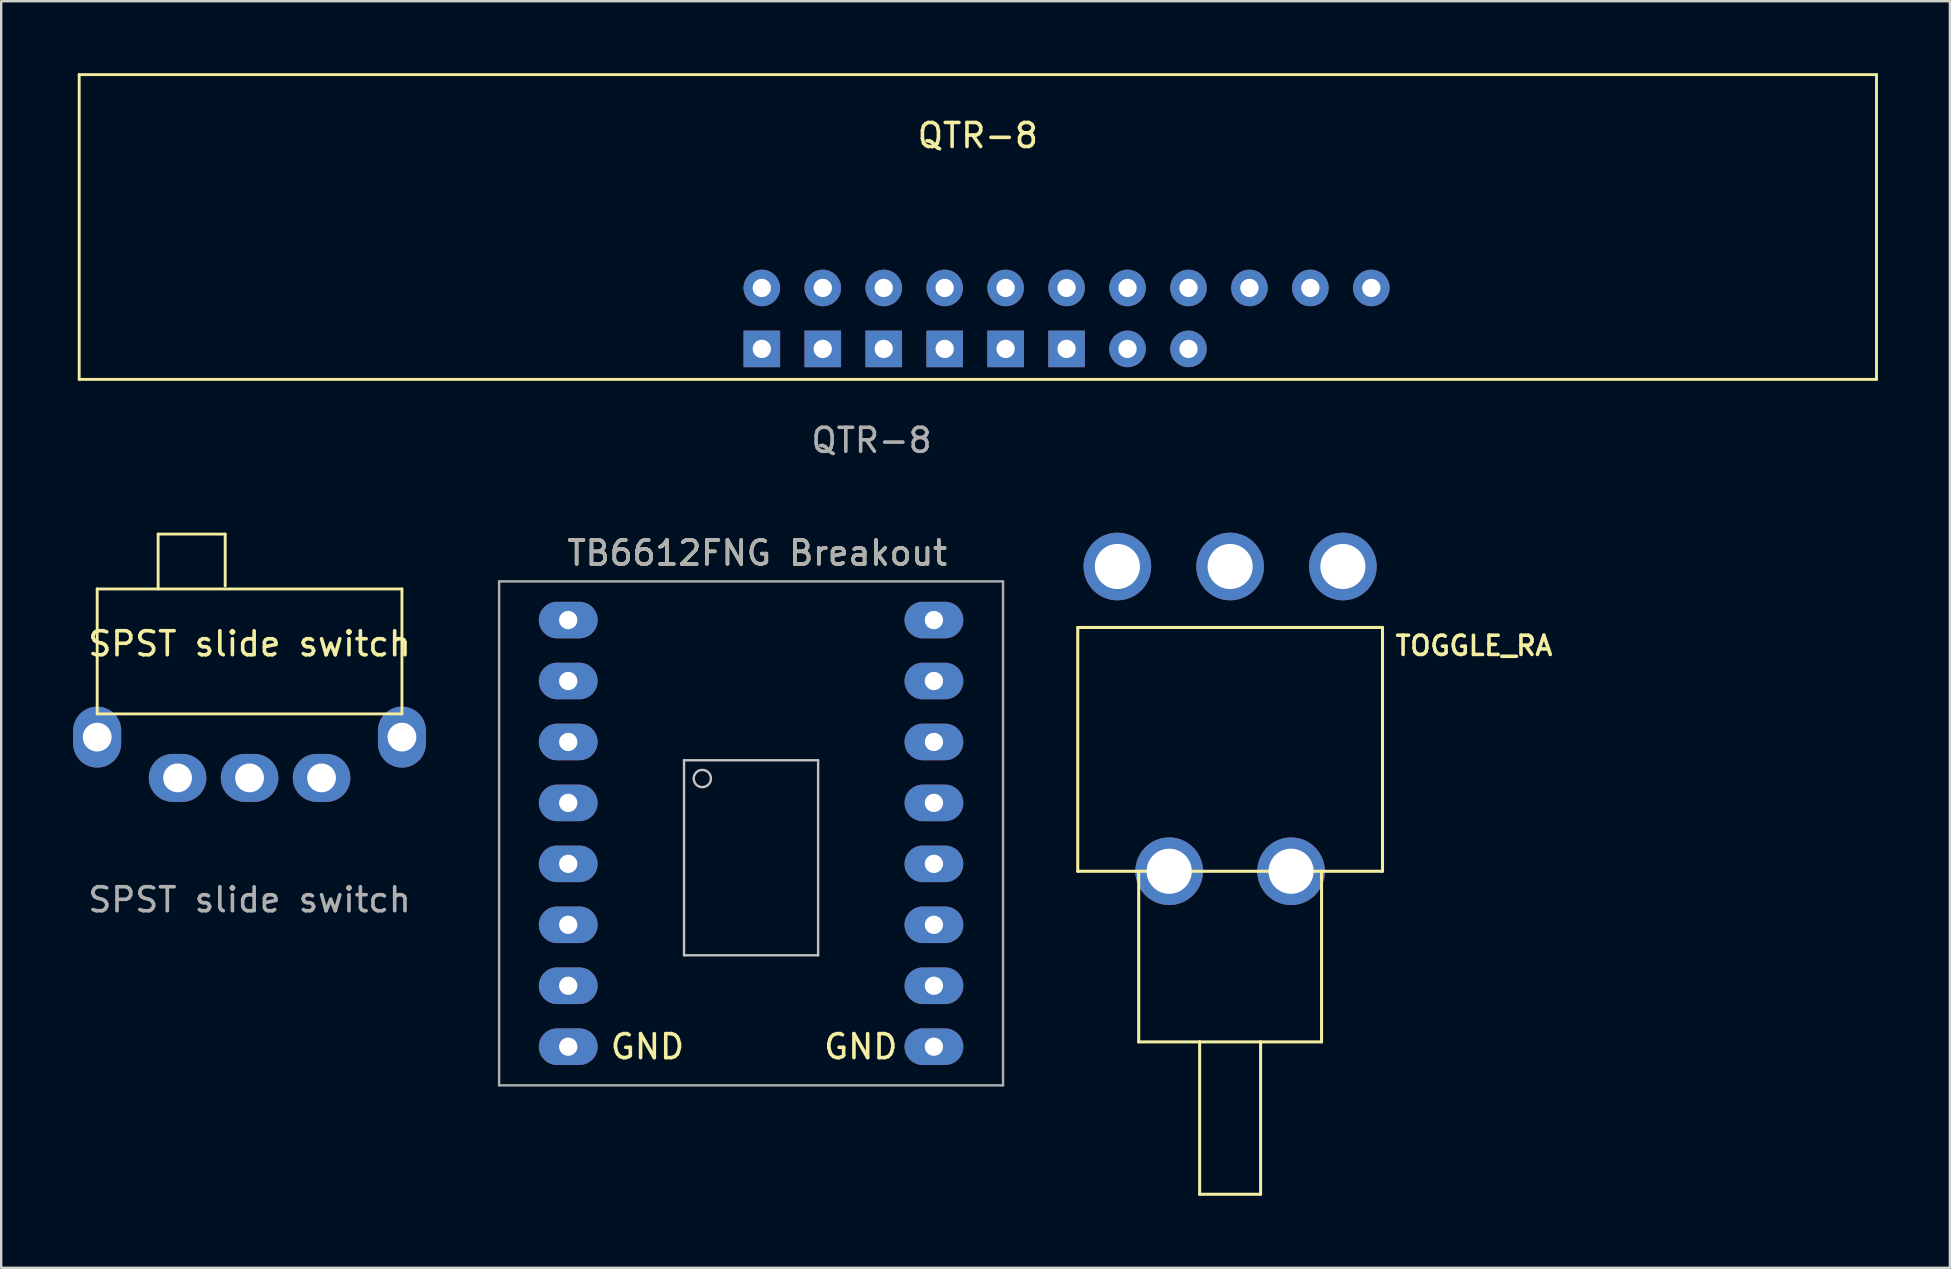
<source format=kicad_pcb>
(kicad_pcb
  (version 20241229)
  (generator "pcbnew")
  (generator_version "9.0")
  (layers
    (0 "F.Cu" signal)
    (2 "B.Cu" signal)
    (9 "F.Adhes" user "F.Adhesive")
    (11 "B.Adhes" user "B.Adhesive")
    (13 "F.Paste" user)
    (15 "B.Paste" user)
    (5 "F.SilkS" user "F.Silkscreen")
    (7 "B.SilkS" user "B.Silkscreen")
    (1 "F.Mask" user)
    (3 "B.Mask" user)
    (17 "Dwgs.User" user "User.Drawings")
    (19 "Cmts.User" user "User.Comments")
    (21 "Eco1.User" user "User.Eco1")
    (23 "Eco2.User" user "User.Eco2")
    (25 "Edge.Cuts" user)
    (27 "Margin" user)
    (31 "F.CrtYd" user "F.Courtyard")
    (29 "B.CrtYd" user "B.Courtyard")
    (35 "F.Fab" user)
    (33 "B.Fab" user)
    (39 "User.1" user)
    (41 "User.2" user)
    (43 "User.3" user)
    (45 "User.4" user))
  (footprint "TB6612FNG Breakout"
    (layer "F.Cu")
    (at 28.25 31.68)
    (property "Reference" "TB6612FNG Breakout" (at 0.254 -11.684 0) (unlocked yes) (layer "F.SilkS") (effects (font (size 1 1) (thickness 0.15))))
    (attr through_hole)
    (fp_line (start -2.794 -3.048) (end -2.794 5.08) (stroke (width 0.1) (type solid)) (layer "Dwgs.User"))
    (fp_line (start -2.794 5.08) (end 2.794 5.08) (stroke (width 0.1) (type solid)) (layer "Dwgs.User"))
    (fp_line (start 2.794 -3.048) (end -2.794 -3.048) (stroke (width 0.1) (type solid)) (layer "Dwgs.User"))
    (fp_line (start 2.794 5.08) (end 2.794 -3.048) (stroke (width 0.1) (type solid)) (layer "Dwgs.User"))
    (fp_circle (center -2.032 -2.286) (end -1.673 -2.286) (stroke (width 0.1) (type solid)) (fill no) (layer "Dwgs.User"))
    (fp_line (start -10.5 -10.5) (end -10.5 10.5) (stroke (width 0.1) (type solid)) (layer "F.Fab"))
    (fp_line (start -10.5 10.5) (end 10.5 10.5) (stroke (width 0.1) (type solid)) (layer "F.Fab"))
    (fp_line (start 10.5 -10.5) (end -10.5 -10.5) (stroke (width 0.1) (type solid)) (layer "F.Fab"))
    (fp_line (start 10.5 -10.5) (end 10.5 10.5) (stroke (width 0.1) (type solid)) (layer "F.Fab"))
    (fp_text user "GND" (at -4.318 8.89 0) (unlocked yes) (layer "F.SilkS") (effects (font (size 1 1) (thickness 0.15))))
    (fp_text user "GND" (at 4.572 8.89 0) (unlocked yes) (layer "F.SilkS") (effects (font (size 1 1) (thickness 0.15))))
    (fp_text user "${REFERENCE}" (at 0.254 -11.684 0) (unlocked yes) (layer "F.Fab") (effects (font (size 1 1) (thickness 0.15))))
    (pad "1" thru_hole oval (at -7.62 -8.89) (size 2.45 1.524) (drill 0.762) (layers "*.Cu" "*.Mask"))
    (pad "2" thru_hole oval (at -7.62 -6.35) (size 2.45 1.524) (drill 0.762) (layers "*.Cu" "*.Mask"))
    (pad "3" thru_hole oval (at -7.62 -3.81) (size 2.45 1.524) (drill 0.762) (layers "*.Cu" "*.Mask"))
    (pad "4" thru_hole oval (at -7.62 -1.27) (size 2.45 1.524) (drill 0.762) (layers "*.Cu" "*.Mask"))
    (pad "5" thru_hole oval (at -7.62 1.27) (size 2.45 1.524) (drill 0.762) (layers "*.Cu" "*.Mask"))
    (pad "6" thru_hole oval (at -7.62 3.81) (size 2.45 1.524) (drill 0.762) (layers "*.Cu" "*.Mask"))
    (pad "7" thru_hole oval (at -7.62 6.35) (size 2.45 1.524) (drill 0.762) (layers "*.Cu" "*.Mask"))
    (pad "8" thru_hole oval (at -7.62 8.89) (size 2.45 1.524) (drill 0.762) (layers "*.Cu" "*.Mask"))
    (pad "9" thru_hole oval (at 7.62 8.89) (size 2.45 1.524) (drill 0.762) (layers "*.Cu" "*.Mask"))
    (pad "10" thru_hole oval (at 7.62 6.35) (size 2.45 1.524) (drill 0.762) (layers "*.Cu" "*.Mask"))
    (pad "11" thru_hole oval (at 7.62 3.81) (size 2.45 1.524) (drill 0.762) (layers "*.Cu" "*.Mask"))
    (pad "12" thru_hole oval (at 7.62 1.27) (size 2.45 1.524) (drill 0.762) (layers "*.Cu" "*.Mask"))
    (pad "13" thru_hole oval (at 7.62 -1.27) (size 2.45 1.524) (drill 0.762) (layers "*.Cu" "*.Mask"))
    (pad "14" thru_hole oval (at 7.62 -3.81) (size 2.45 1.524) (drill 0.762) (layers "*.Cu" "*.Mask"))
    (pad "15" thru_hole oval (at 7.62 -6.35) (size 2.45 1.524) (drill 0.762) (layers "*.Cu" "*.Mask"))
    (pad "16" thru_hole oval (at 7.62 -8.89) (size 2.45 1.524) (drill 0.762) (layers "*.Cu" "*.Mask")))
  (footprint "QTR-8"
    (layer "F.Cu")
    (at 0.25 12.76)
    (property "Reference" "QTR-8" (at 37.45 -10.16 0) (unlocked yes) (layer "F.SilkS") (effects (font (size 1 1) (thickness 0.15))))
    (attr through_hole)
    (fp_line (start 0 -12.7) (end 0 0) (stroke (width 0.12) (type solid)) (layer "F.SilkS"))
    (fp_line (start 0 0) (end 74.9 0) (stroke (width 0.12) (type solid)) (layer "F.SilkS"))
    (fp_line (start 74.9 -12.7) (end 0 -12.7) (stroke (width 0.12) (type solid)) (layer "F.SilkS"))
    (fp_line (start 74.9 0) (end 74.9 -12.7) (stroke (width 0.12) (type solid)) (layer "F.SilkS"))
    (fp_text user "${REFERENCE}" (at 33.02 2.54 0) (unlocked yes) (layer "F.Fab") (effects (font (size 1 1) (thickness 0.15))))
    (pad "1" thru_hole circle (at 46.228 -3.81) (size 1.524 1.524) (drill 0.762) (layers "*.Cu" "*.Mask"))
    (pad "2" thru_hole circle (at 43.688 -3.81) (size 1.524 1.524) (drill 0.762) (layers "*.Cu" "*.Mask"))
    (pad "3" thru_hole circle (at 41.148 -3.81) (size 1.524 1.524) (drill 0.762) (layers "*.Cu" "*.Mask"))
    (pad "4" thru_hole circle (at 38.608 -3.81) (size 1.524 1.524) (drill 0.762) (layers "*.Cu" "*.Mask"))
    (pad "5" thru_hole circle (at 36.068 -3.81) (size 1.524 1.524) (drill 0.762) (layers "*.Cu" "*.Mask"))
    (pad "6" thru_hole circle (at 33.528 -3.81) (size 1.524 1.524) (drill 0.762) (layers "*.Cu" "*.Mask"))
    (pad "7" thru_hole circle (at 30.988 -3.81) (size 1.524 1.524) (drill 0.762) (layers "*.Cu" "*.Mask"))
    (pad "8" thru_hole circle (at 28.448 -3.81) (size 1.524 1.524) (drill 0.762) (layers "*.Cu" "*.Mask"))
    (pad "9" thru_hole circle (at 48.768 -3.81) (size 1.524 1.524) (drill 0.762) (layers "*.Cu" "*.Mask"))
    (pad "10" thru_hole circle (at 51.308 -3.81) (size 1.524 1.524) (drill 0.762) (layers "*.Cu" "*.Mask"))
    (pad "11" thru_hole circle (at 53.848 -3.81) (size 1.524 1.524) (drill 0.762) (layers "*.Cu" "*.Mask"))
    (pad "12" thru_hole circle (at 46.228 -1.27) (size 1.524 1.524) (drill 0.762) (layers "*.Cu" "*.Mask"))
    (pad "13" thru_hole circle (at 43.688 -1.27) (size 1.524 1.524) (drill 0.762) (layers "*.Cu" "*.Mask"))
    (pad "14" thru_hole rect (at 41.148 -1.27) (size 1.524 1.524) (drill 0.762) (layers "*.Cu" "*.Mask"))
    (pad "15" thru_hole rect (at 38.608 -1.27) (size 1.524 1.524) (drill 0.762) (layers "*.Cu" "*.Mask"))
    (pad "16" thru_hole rect (at 36.068 -1.27) (size 1.524 1.524) (drill 0.762) (layers "*.Cu" "*.Mask"))
    (pad "17" thru_hole rect (at 33.528 -1.27) (size 1.524 1.524) (drill 0.762) (layers "*.Cu" "*.Mask"))
    (pad "18" thru_hole rect (at 30.988 -1.27) (size 1.524 1.524) (drill 0.762) (layers "*.Cu" "*.Mask"))
    (pad "19" thru_hole rect (at 28.448 -1.27) (size 1.524 1.524) (drill 0.762) (layers "*.Cu" "*.Mask")))
  (footprint "SPST slide switch"
    (layer "F.Cu")
    (at 7.35 29.368)
    (property "Reference" "SPST slide switch" (at 0 -5.588 0) (unlocked yes) (layer "F.SilkS") (effects (font (size 1 1) (thickness 0.15))))
    (attr through_hole)
    (fp_line (start -6.35 -7.874) (end 6.35 -7.874) (stroke (width 0.12) (type solid)) (layer "F.SilkS"))
    (fp_line (start -6.35 -2.667) (end -6.35 -7.874) (stroke (width 0.12) (type solid)) (layer "F.SilkS"))
    (fp_line (start -3.81 -10.16) (end -1.016 -10.16) (stroke (width 0.12) (type solid)) (layer "F.SilkS"))
    (fp_line (start -3.81 -7.874) (end -3.81 -10.16) (stroke (width 0.12) (type solid)) (layer "F.SilkS"))
    (fp_line (start -1.016 -10.16) (end -1.016 -8.001) (stroke (width 0.12) (type solid)) (layer "F.SilkS"))
    (fp_line (start 6.35 -7.874) (end 6.35 -2.667) (stroke (width 0.12) (type solid)) (layer "F.SilkS"))
    (fp_line (start 6.35 -2.667) (end -6.35 -2.667) (stroke (width 0.12) (type solid)) (layer "F.SilkS"))
    (fp_text user "${REFERENCE}" (at 0 5.08 0) (unlocked yes) (layer "F.Fab") (effects (font (size 1 1) (thickness 0.15))))
    (pad "" np_thru_hole oval (at -6.35 -1.7) (size 2 2.54) (drill 1.2) (layers "*.Cu" "*.Mask"))
    (pad "" np_thru_hole oval (at 6.35 -1.7) (size 2 2.54) (drill 1.2) (layers "*.Cu" "*.Mask"))
    (pad "1" thru_hole oval (at -3 0) (size 2.4 2) (drill 1.2) (layers "*.Cu" "*.Mask"))
    (pad "2" thru_hole oval (at 0 0) (size 2.4 2) (drill 1.2) (layers "*.Cu" "*.Mask"))
    (pad "3" thru_hole oval (at 3 0) (size 2.4 2) (drill 1.2) (layers "*.Cu" "*.Mask")))
  (footprint "TOGGLE_RA"
    (layer "F.Cu")
    (at 48.214 33.258)
    (property "Reference" "TOGGLE_RA" (at 10.16 -9.398 0) (layer "F.SilkS") (effects (font (size 0.8 0.8) (thickness 0.15))))
    (attr through_hole)
    (fp_line (start -6.35 -10.16) (end -6.35 0) (stroke (width 0.127) (type solid)) (layer "F.SilkS"))
    (fp_line (start -6.35 0) (end -3.81 0) (stroke (width 0.127) (type solid)) (layer "F.SilkS"))
    (fp_line (start -3.81 0) (end -3.81 7.112) (stroke (width 0.127) (type solid)) (layer "F.SilkS"))
    (fp_line (start -3.81 0) (end 3.81 0) (stroke (width 0.127) (type solid)) (layer "F.SilkS"))
    (fp_line (start -3.81 7.112) (end -1.27 7.112) (stroke (width 0.127) (type solid)) (layer "F.SilkS"))
    (fp_line (start -1.27 7.112) (end -1.27 13.462) (stroke (width 0.127) (type solid)) (layer "F.SilkS"))
    (fp_line (start -1.27 7.112) (end 1.27 7.112) (stroke (width 0.127) (type solid)) (layer "F.SilkS"))
    (fp_line (start -1.27 13.462) (end 1.27 13.462) (stroke (width 0.127) (type solid)) (layer "F.SilkS"))
    (fp_line (start 1.27 7.112) (end 3.81 7.112) (stroke (width 0.127) (type solid)) (layer "F.SilkS"))
    (fp_line (start 1.27 13.462) (end 1.27 7.112) (stroke (width 0.127) (type solid)) (layer "F.SilkS"))
    (fp_line (start 3.81 0) (end 6.35 0) (stroke (width 0.127) (type solid)) (layer "F.SilkS"))
    (fp_line (start 3.81 7.112) (end 3.81 0) (stroke (width 0.127) (type solid)) (layer "F.SilkS"))
    (fp_line (start 6.35 -10.16) (end -6.35 -10.16) (stroke (width 0.127) (type solid)) (layer "F.SilkS"))
    (fp_line (start 6.35 0) (end 6.35 -10.16) (stroke (width 0.127) (type solid)) (layer "F.SilkS"))
    (pad "1" thru_hole circle (at 4.699 -12.7) (size 2.819 2.819) (drill 1.88) (layers "*.Cu" "*.Mask"))
    (pad "2" thru_hole circle (at 0 -12.7) (size 2.819 2.819) (drill 1.88) (layers "*.Cu" "*.Mask"))
    (pad "3" thru_hole circle (at -4.699 -12.7) (size 2.819 2.819) (drill 1.88) (layers "*.Cu" "*.Mask"))
    (pad "P$4" thru_hole circle (at -2.54 0) (size 2.819 2.819) (drill 1.88) (layers "*.Cu" "*.Mask"))
    (pad "P$5" thru_hole circle (at 2.54 0) (size 2.819 2.819) (drill 1.88) (layers "*.Cu" "*.Mask")))
  (gr_rect
    (start -3 -3)
    (end 78.21 49.783)
    (stroke (width 0.1) (type default))
    (fill no)
    (layer "Edge.Cuts")))
</source>
